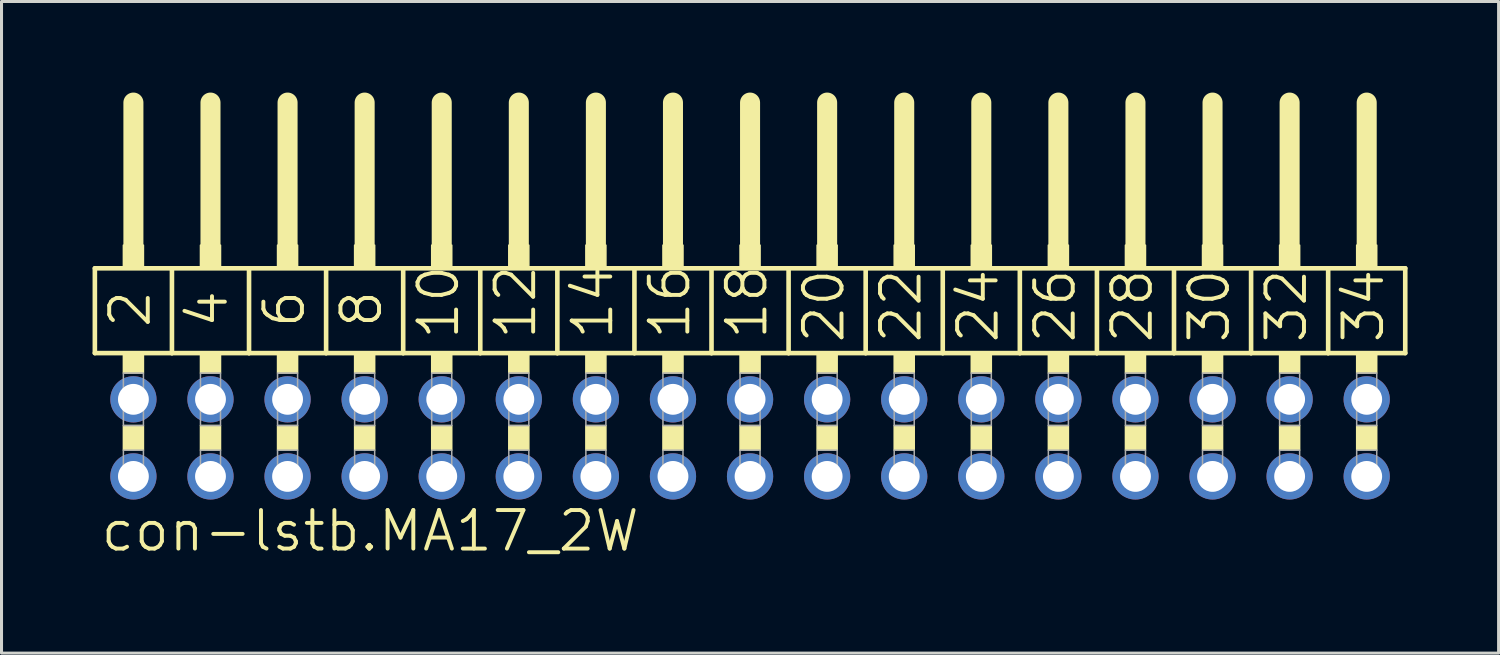
<source format=kicad_pcb>
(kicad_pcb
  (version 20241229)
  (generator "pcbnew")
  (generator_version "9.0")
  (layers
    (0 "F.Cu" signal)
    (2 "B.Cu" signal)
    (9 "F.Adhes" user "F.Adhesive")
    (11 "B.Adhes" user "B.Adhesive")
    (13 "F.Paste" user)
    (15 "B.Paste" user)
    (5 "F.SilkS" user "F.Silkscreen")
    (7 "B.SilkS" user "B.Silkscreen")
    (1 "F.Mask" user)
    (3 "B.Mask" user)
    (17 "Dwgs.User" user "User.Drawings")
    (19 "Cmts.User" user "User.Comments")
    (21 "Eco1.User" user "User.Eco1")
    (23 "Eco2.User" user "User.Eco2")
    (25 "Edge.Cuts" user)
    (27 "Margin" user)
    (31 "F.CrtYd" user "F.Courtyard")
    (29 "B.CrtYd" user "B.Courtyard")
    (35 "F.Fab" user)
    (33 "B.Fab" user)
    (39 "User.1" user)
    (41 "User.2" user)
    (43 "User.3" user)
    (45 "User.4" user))
  (footprint "con-lstb.MA17_2W"
    (layer "F.Cu")
    (at 21.666 11.379)
    (property "Reference" "con-lstb.MA17_2W" (at -21.463 3.81 0) (layer "F.SilkS") (effects (font (size 1.27 1.27) (thickness 0.13)) (justify left bottom)))
    (attr through_hole)
    (fp_line (start -21.59 -5.588) (end -19.05 -5.588) (stroke (width 0.152) (type default)) (layer "F.SilkS"))
    (fp_line (start -21.59 -2.794) (end -21.59 -5.588) (stroke (width 0.152) (type default)) (layer "F.SilkS"))
    (fp_line (start -20.32 -6.35) (end -20.32 -11.049) (stroke (width 0.66) (type default)) (layer "F.SilkS"))
    (fp_line (start -19.05 -5.588) (end -16.51 -5.588) (stroke (width 0.152) (type default)) (layer "F.SilkS"))
    (fp_line (start -19.05 -2.794) (end -21.59 -2.794) (stroke (width 0.152) (type default)) (layer "F.SilkS"))
    (fp_line (start -19.05 -2.794) (end -19.05 -5.588) (stroke (width 0.152) (type default)) (layer "F.SilkS"))
    (fp_line (start -19.05 -2.794) (end -16.51 -2.794) (stroke (width 0.152) (type default)) (layer "F.SilkS"))
    (fp_line (start -17.78 -6.35) (end -17.78 -11.049) (stroke (width 0.66) (type default)) (layer "F.SilkS"))
    (fp_line (start -16.51 -5.588) (end -13.97 -5.588) (stroke (width 0.152) (type default)) (layer "F.SilkS"))
    (fp_line (start -16.51 -2.794) (end -16.51 -5.588) (stroke (width 0.152) (type default)) (layer "F.SilkS"))
    (fp_line (start -15.24 -6.35) (end -15.24 -11.049) (stroke (width 0.66) (type default)) (layer "F.SilkS"))
    (fp_line (start -13.97 -5.588) (end -11.43 -5.588) (stroke (width 0.152) (type default)) (layer "F.SilkS"))
    (fp_line (start -13.97 -2.794) (end -16.51 -2.794) (stroke (width 0.152) (type default)) (layer "F.SilkS"))
    (fp_line (start -13.97 -2.794) (end -13.97 -5.588) (stroke (width 0.152) (type default)) (layer "F.SilkS"))
    (fp_line (start -12.7 -6.35) (end -12.7 -11.049) (stroke (width 0.66) (type default)) (layer "F.SilkS"))
    (fp_line (start -11.43 -5.588) (end -8.89 -5.588) (stroke (width 0.152) (type default)) (layer "F.SilkS"))
    (fp_line (start -11.43 -2.794) (end -13.97 -2.794) (stroke (width 0.152) (type default)) (layer "F.SilkS"))
    (fp_line (start -11.43 -2.794) (end -11.43 -5.588) (stroke (width 0.152) (type default)) (layer "F.SilkS"))
    (fp_line (start -10.16 -6.35) (end -10.16 -11.049) (stroke (width 0.66) (type default)) (layer "F.SilkS"))
    (fp_line (start -8.89 -5.588) (end -6.35 -5.588) (stroke (width 0.152) (type default)) (layer "F.SilkS"))
    (fp_line (start -8.89 -2.794) (end -11.43 -2.794) (stroke (width 0.152) (type default)) (layer "F.SilkS"))
    (fp_line (start -8.89 -2.794) (end -8.89 -5.588) (stroke (width 0.152) (type default)) (layer "F.SilkS"))
    (fp_line (start -7.62 -6.35) (end -7.62 -11.049) (stroke (width 0.66) (type default)) (layer "F.SilkS"))
    (fp_line (start -6.35 -5.588) (end -3.81 -5.588) (stroke (width 0.152) (type default)) (layer "F.SilkS"))
    (fp_line (start -6.35 -2.794) (end -8.89 -2.794) (stroke (width 0.152) (type default)) (layer "F.SilkS"))
    (fp_line (start -6.35 -2.794) (end -6.35 -5.588) (stroke (width 0.152) (type default)) (layer "F.SilkS"))
    (fp_line (start -6.35 -2.794) (end -3.81 -2.794) (stroke (width 0.152) (type default)) (layer "F.SilkS"))
    (fp_line (start -5.08 -6.35) (end -5.08 -11.049) (stroke (width 0.66) (type default)) (layer "F.SilkS"))
    (fp_line (start -3.81 -5.588) (end -1.27 -5.588) (stroke (width 0.152) (type default)) (layer "F.SilkS"))
    (fp_line (start -3.81 -2.794) (end -3.81 -5.588) (stroke (width 0.152) (type default)) (layer "F.SilkS"))
    (fp_line (start -2.54 -6.35) (end -2.54 -11.049) (stroke (width 0.66) (type default)) (layer "F.SilkS"))
    (fp_line (start -1.27 -5.588) (end 1.27 -5.588) (stroke (width 0.152) (type default)) (layer "F.SilkS"))
    (fp_line (start -1.27 -2.794) (end -3.81 -2.794) (stroke (width 0.152) (type default)) (layer "F.SilkS"))
    (fp_line (start -1.27 -2.794) (end -1.27 -5.588) (stroke (width 0.152) (type default)) (layer "F.SilkS"))
    (fp_line (start 0 -6.35) (end 0 -11.049) (stroke (width 0.66) (type default)) (layer "F.SilkS"))
    (fp_line (start 1.27 -5.588) (end 3.81 -5.588) (stroke (width 0.152) (type default)) (layer "F.SilkS"))
    (fp_line (start 1.27 -2.794) (end -1.27 -2.794) (stroke (width 0.152) (type default)) (layer "F.SilkS"))
    (fp_line (start 1.27 -2.794) (end 1.27 -5.588) (stroke (width 0.152) (type default)) (layer "F.SilkS"))
    (fp_line (start 2.54 -6.35) (end 2.54 -11.049) (stroke (width 0.66) (type default)) (layer "F.SilkS"))
    (fp_line (start 3.81 -5.588) (end 6.35 -5.588) (stroke (width 0.152) (type default)) (layer "F.SilkS"))
    (fp_line (start 3.81 -2.794) (end 1.27 -2.794) (stroke (width 0.152) (type default)) (layer "F.SilkS"))
    (fp_line (start 3.81 -2.794) (end 3.81 -5.588) (stroke (width 0.152) (type default)) (layer "F.SilkS"))
    (fp_line (start 5.08 -6.35) (end 5.08 -11.049) (stroke (width 0.66) (type default)) (layer "F.SilkS"))
    (fp_line (start 6.35 -5.588) (end 8.89 -5.588) (stroke (width 0.152) (type default)) (layer "F.SilkS"))
    (fp_line (start 6.35 -2.794) (end 3.81 -2.794) (stroke (width 0.152) (type default)) (layer "F.SilkS"))
    (fp_line (start 6.35 -2.794) (end 6.35 -5.588) (stroke (width 0.152) (type default)) (layer "F.SilkS"))
    (fp_line (start 6.35 -2.794) (end 8.89 -2.794) (stroke (width 0.152) (type default)) (layer "F.SilkS"))
    (fp_line (start 7.62 -6.35) (end 7.62 -11.049) (stroke (width 0.66) (type default)) (layer "F.SilkS"))
    (fp_line (start 8.89 -5.588) (end 11.43 -5.588) (stroke (width 0.152) (type default)) (layer "F.SilkS"))
    (fp_line (start 8.89 -2.794) (end 8.89 -5.588) (stroke (width 0.152) (type default)) (layer "F.SilkS"))
    (fp_line (start 10.16 -6.35) (end 10.16 -11.049) (stroke (width 0.66) (type default)) (layer "F.SilkS"))
    (fp_line (start 11.43 -5.588) (end 13.97 -5.588) (stroke (width 0.152) (type default)) (layer "F.SilkS"))
    (fp_line (start 11.43 -2.794) (end 8.89 -2.794) (stroke (width 0.152) (type default)) (layer "F.SilkS"))
    (fp_line (start 11.43 -2.794) (end 11.43 -5.588) (stroke (width 0.152) (type default)) (layer "F.SilkS"))
    (fp_line (start 12.7 -6.35) (end 12.7 -11.049) (stroke (width 0.66) (type default)) (layer "F.SilkS"))
    (fp_line (start 13.97 -5.588) (end 16.51 -5.588) (stroke (width 0.152) (type default)) (layer "F.SilkS"))
    (fp_line (start 13.97 -2.794) (end 11.43 -2.794) (stroke (width 0.152) (type default)) (layer "F.SilkS"))
    (fp_line (start 13.97 -2.794) (end 13.97 -5.588) (stroke (width 0.152) (type default)) (layer "F.SilkS"))
    (fp_line (start 15.24 -6.35) (end 15.24 -11.049) (stroke (width 0.66) (type default)) (layer "F.SilkS"))
    (fp_line (start 16.51 -5.588) (end 19.05 -5.588) (stroke (width 0.152) (type default)) (layer "F.SilkS"))
    (fp_line (start 16.51 -2.794) (end 13.97 -2.794) (stroke (width 0.152) (type default)) (layer "F.SilkS"))
    (fp_line (start 16.51 -2.794) (end 16.51 -5.588) (stroke (width 0.152) (type default)) (layer "F.SilkS"))
    (fp_line (start 17.78 -6.35) (end 17.78 -11.049) (stroke (width 0.66) (type default)) (layer "F.SilkS"))
    (fp_line (start 19.05 -5.588) (end 21.59 -5.588) (stroke (width 0.152) (type default)) (layer "F.SilkS"))
    (fp_line (start 19.05 -2.794) (end 16.51 -2.794) (stroke (width 0.152) (type default)) (layer "F.SilkS"))
    (fp_line (start 19.05 -2.794) (end 19.05 -5.588) (stroke (width 0.152) (type default)) (layer "F.SilkS"))
    (fp_line (start 19.05 -2.794) (end 21.59 -2.794) (stroke (width 0.152) (type default)) (layer "F.SilkS"))
    (fp_line (start 20.32 -6.35) (end 20.32 -11.049) (stroke (width 0.66) (type default)) (layer "F.SilkS"))
    (fp_line (start 21.59 -2.794) (end 21.59 -5.588) (stroke (width 0.152) (type default)) (layer "F.SilkS"))
    (fp_rect (start -20.65 -5.588) (end -19.99 -6.35) (stroke (width 0.05) (type default)) (fill yes) (layer "F.SilkS"))
    (fp_rect (start -20.65 -2.134) (end -19.99 -2.794) (stroke (width 0.05) (type default)) (fill yes) (layer "F.SilkS"))
    (fp_rect (start -20.65 0.406) (end -19.99 -0.406) (stroke (width 0.05) (type default)) (fill yes) (layer "F.SilkS"))
    (fp_rect (start -18.11 -5.588) (end -17.45 -6.35) (stroke (width 0.05) (type default)) (fill yes) (layer "F.SilkS"))
    (fp_rect (start -18.11 -2.134) (end -17.45 -2.794) (stroke (width 0.05) (type default)) (fill yes) (layer "F.SilkS"))
    (fp_rect (start -18.11 0.406) (end -17.45 -0.406) (stroke (width 0.05) (type default)) (fill yes) (layer "F.SilkS"))
    (fp_rect (start -15.57 -5.588) (end -14.91 -6.35) (stroke (width 0.05) (type default)) (fill yes) (layer "F.SilkS"))
    (fp_rect (start -15.57 -2.134) (end -14.91 -2.794) (stroke (width 0.05) (type default)) (fill yes) (layer "F.SilkS"))
    (fp_rect (start -15.57 0.406) (end -14.91 -0.406) (stroke (width 0.05) (type default)) (fill yes) (layer "F.SilkS"))
    (fp_rect (start -13.03 -5.588) (end -12.37 -6.35) (stroke (width 0.05) (type default)) (fill yes) (layer "F.SilkS"))
    (fp_rect (start -13.03 -2.134) (end -12.37 -2.794) (stroke (width 0.05) (type default)) (fill yes) (layer "F.SilkS"))
    (fp_rect (start -13.03 0.406) (end -12.37 -0.406) (stroke (width 0.05) (type default)) (fill yes) (layer "F.SilkS"))
    (fp_rect (start -10.49 -5.588) (end -9.83 -6.35) (stroke (width 0.05) (type default)) (fill yes) (layer "F.SilkS"))
    (fp_rect (start -10.49 -2.134) (end -9.83 -2.794) (stroke (width 0.05) (type default)) (fill yes) (layer "F.SilkS"))
    (fp_rect (start -10.49 0.406) (end -9.83 -0.406) (stroke (width 0.05) (type default)) (fill yes) (layer "F.SilkS"))
    (fp_rect (start -7.95 -5.588) (end -7.29 -6.35) (stroke (width 0.05) (type default)) (fill yes) (layer "F.SilkS"))
    (fp_rect (start -7.95 -2.134) (end -7.29 -2.794) (stroke (width 0.05) (type default)) (fill yes) (layer "F.SilkS"))
    (fp_rect (start -7.95 0.406) (end -7.29 -0.406) (stroke (width 0.05) (type default)) (fill yes) (layer "F.SilkS"))
    (fp_rect (start -5.41 -5.588) (end -4.75 -6.35) (stroke (width 0.05) (type default)) (fill yes) (layer "F.SilkS"))
    (fp_rect (start -5.41 -2.134) (end -4.75 -2.794) (stroke (width 0.05) (type default)) (fill yes) (layer "F.SilkS"))
    (fp_rect (start -5.41 0.406) (end -4.75 -0.406) (stroke (width 0.05) (type default)) (fill yes) (layer "F.SilkS"))
    (fp_rect (start -2.87 -5.588) (end -2.21 -6.35) (stroke (width 0.05) (type default)) (fill yes) (layer "F.SilkS"))
    (fp_rect (start -2.87 -2.134) (end -2.21 -2.794) (stroke (width 0.05) (type default)) (fill yes) (layer "F.SilkS"))
    (fp_rect (start -2.87 0.406) (end -2.21 -0.406) (stroke (width 0.05) (type default)) (fill yes) (layer "F.SilkS"))
    (fp_rect (start -0.33 -5.588) (end 0.33 -6.35) (stroke (width 0.05) (type default)) (fill yes) (layer "F.SilkS"))
    (fp_rect (start -0.33 -2.134) (end 0.33 -2.794) (stroke (width 0.05) (type default)) (fill yes) (layer "F.SilkS"))
    (fp_rect (start -0.33 0.406) (end 0.33 -0.406) (stroke (width 0.05) (type default)) (fill yes) (layer "F.SilkS"))
    (fp_rect (start 2.21 -5.588) (end 2.87 -6.35) (stroke (width 0.05) (type default)) (fill yes) (layer "F.SilkS"))
    (fp_rect (start 2.21 -2.134) (end 2.87 -2.794) (stroke (width 0.05) (type default)) (fill yes) (layer "F.SilkS"))
    (fp_rect (start 2.21 0.406) (end 2.87 -0.406) (stroke (width 0.05) (type default)) (fill yes) (layer "F.SilkS"))
    (fp_rect (start 4.75 -5.588) (end 5.41 -6.35) (stroke (width 0.05) (type default)) (fill yes) (layer "F.SilkS"))
    (fp_rect (start 4.75 -2.134) (end 5.41 -2.794) (stroke (width 0.05) (type default)) (fill yes) (layer "F.SilkS"))
    (fp_rect (start 4.75 0.406) (end 5.41 -0.406) (stroke (width 0.05) (type default)) (fill yes) (layer "F.SilkS"))
    (fp_rect (start 7.29 -5.588) (end 7.95 -6.35) (stroke (width 0.05) (type default)) (fill yes) (layer "F.SilkS"))
    (fp_rect (start 7.29 -2.134) (end 7.95 -2.794) (stroke (width 0.05) (type default)) (fill yes) (layer "F.SilkS"))
    (fp_rect (start 7.29 0.406) (end 7.95 -0.406) (stroke (width 0.05) (type default)) (fill yes) (layer "F.SilkS"))
    (fp_rect (start 9.83 -5.588) (end 10.49 -6.35) (stroke (width 0.05) (type default)) (fill yes) (layer "F.SilkS"))
    (fp_rect (start 9.83 -2.134) (end 10.49 -2.794) (stroke (width 0.05) (type default)) (fill yes) (layer "F.SilkS"))
    (fp_rect (start 9.83 0.406) (end 10.49 -0.406) (stroke (width 0.05) (type default)) (fill yes) (layer "F.SilkS"))
    (fp_rect (start 12.37 -5.588) (end 13.03 -6.35) (stroke (width 0.05) (type default)) (fill yes) (layer "F.SilkS"))
    (fp_rect (start 12.37 -2.134) (end 13.03 -2.794) (stroke (width 0.05) (type default)) (fill yes) (layer "F.SilkS"))
    (fp_rect (start 12.37 0.406) (end 13.03 -0.406) (stroke (width 0.05) (type default)) (fill yes) (layer "F.SilkS"))
    (fp_rect (start 14.91 -5.588) (end 15.57 -6.35) (stroke (width 0.05) (type default)) (fill yes) (layer "F.SilkS"))
    (fp_rect (start 14.91 -2.134) (end 15.57 -2.794) (stroke (width 0.05) (type default)) (fill yes) (layer "F.SilkS"))
    (fp_rect (start 14.91 0.406) (end 15.57 -0.406) (stroke (width 0.05) (type default)) (fill yes) (layer "F.SilkS"))
    (fp_rect (start 17.45 -5.588) (end 18.11 -6.35) (stroke (width 0.05) (type default)) (fill yes) (layer "F.SilkS"))
    (fp_rect (start 17.45 -2.134) (end 18.11 -2.794) (stroke (width 0.05) (type default)) (fill yes) (layer "F.SilkS"))
    (fp_rect (start 17.45 0.406) (end 18.11 -0.406) (stroke (width 0.05) (type default)) (fill yes) (layer "F.SilkS"))
    (fp_rect (start 19.99 -5.588) (end 20.65 -6.35) (stroke (width 0.05) (type default)) (fill yes) (layer "F.SilkS"))
    (fp_rect (start 19.99 -2.134) (end 20.65 -2.794) (stroke (width 0.05) (type default)) (fill yes) (layer "F.SilkS"))
    (fp_rect (start 19.99 0.406) (end 20.65 -0.406) (stroke (width 0.05) (type default)) (fill yes) (layer "F.SilkS"))
    (fp_rect (start -20.65 -0.406) (end -19.99 -2.134) (stroke (width 0.05) (type default)) (fill no) (layer "F.Fab"))
    (fp_rect (start -20.65 1.575) (end -19.99 0.406) (stroke (width 0.05) (type default)) (fill no) (layer "F.Fab"))
    (fp_rect (start -18.11 -0.406) (end -17.45 -2.134) (stroke (width 0.05) (type default)) (fill no) (layer "F.Fab"))
    (fp_rect (start -18.11 1.575) (end -17.45 0.406) (stroke (width 0.05) (type default)) (fill no) (layer "F.Fab"))
    (fp_rect (start -15.57 -0.406) (end -14.91 -2.134) (stroke (width 0.05) (type default)) (fill no) (layer "F.Fab"))
    (fp_rect (start -15.57 1.575) (end -14.91 0.406) (stroke (width 0.05) (type default)) (fill no) (layer "F.Fab"))
    (fp_rect (start -13.03 -0.406) (end -12.37 -2.134) (stroke (width 0.05) (type default)) (fill no) (layer "F.Fab"))
    (fp_rect (start -13.03 1.575) (end -12.37 0.406) (stroke (width 0.05) (type default)) (fill no) (layer "F.Fab"))
    (fp_rect (start -10.49 -0.406) (end -9.83 -2.134) (stroke (width 0.05) (type default)) (fill no) (layer "F.Fab"))
    (fp_rect (start -10.49 1.575) (end -9.83 0.406) (stroke (width 0.05) (type default)) (fill no) (layer "F.Fab"))
    (fp_rect (start -7.95 -0.406) (end -7.29 -2.134) (stroke (width 0.05) (type default)) (fill no) (layer "F.Fab"))
    (fp_rect (start -7.95 1.575) (end -7.29 0.406) (stroke (width 0.05) (type default)) (fill no) (layer "F.Fab"))
    (fp_rect (start -5.41 -0.406) (end -4.75 -2.134) (stroke (width 0.05) (type default)) (fill no) (layer "F.Fab"))
    (fp_rect (start -5.41 1.575) (end -4.75 0.406) (stroke (width 0.05) (type default)) (fill no) (layer "F.Fab"))
    (fp_rect (start -2.87 -0.406) (end -2.21 -2.134) (stroke (width 0.05) (type default)) (fill no) (layer "F.Fab"))
    (fp_rect (start -2.87 1.575) (end -2.21 0.406) (stroke (width 0.05) (type default)) (fill no) (layer "F.Fab"))
    (fp_rect (start -0.33 -0.406) (end 0.33 -2.134) (stroke (width 0.05) (type default)) (fill no) (layer "F.Fab"))
    (fp_rect (start -0.33 1.575) (end 0.33 0.406) (stroke (width 0.05) (type default)) (fill no) (layer "F.Fab"))
    (fp_rect (start 2.21 -0.406) (end 2.87 -2.134) (stroke (width 0.05) (type default)) (fill no) (layer "F.Fab"))
    (fp_rect (start 2.21 1.575) (end 2.87 0.406) (stroke (width 0.05) (type default)) (fill no) (layer "F.Fab"))
    (fp_rect (start 4.75 -0.406) (end 5.41 -2.134) (stroke (width 0.05) (type default)) (fill no) (layer "F.Fab"))
    (fp_rect (start 4.75 1.575) (end 5.41 0.406) (stroke (width 0.05) (type default)) (fill no) (layer "F.Fab"))
    (fp_rect (start 7.29 -0.406) (end 7.95 -2.134) (stroke (width 0.05) (type default)) (fill no) (layer "F.Fab"))
    (fp_rect (start 7.29 1.575) (end 7.95 0.406) (stroke (width 0.05) (type default)) (fill no) (layer "F.Fab"))
    (fp_rect (start 9.83 -0.406) (end 10.49 -2.134) (stroke (width 0.05) (type default)) (fill no) (layer "F.Fab"))
    (fp_rect (start 9.83 1.575) (end 10.49 0.406) (stroke (width 0.05) (type default)) (fill no) (layer "F.Fab"))
    (fp_rect (start 12.37 -0.406) (end 13.03 -2.134) (stroke (width 0.05) (type default)) (fill no) (layer "F.Fab"))
    (fp_rect (start 12.37 1.575) (end 13.03 0.406) (stroke (width 0.05) (type default)) (fill no) (layer "F.Fab"))
    (fp_rect (start 14.91 -0.406) (end 15.57 -2.134) (stroke (width 0.05) (type default)) (fill no) (layer "F.Fab"))
    (fp_rect (start 14.91 1.575) (end 15.57 0.406) (stroke (width 0.05) (type default)) (fill no) (layer "F.Fab"))
    (fp_rect (start 17.45 -0.406) (end 18.11 -2.134) (stroke (width 0.05) (type default)) (fill no) (layer "F.Fab"))
    (fp_rect (start 17.45 1.575) (end 18.11 0.406) (stroke (width 0.05) (type default)) (fill no) (layer "F.Fab"))
    (fp_rect (start 19.99 -0.406) (end 20.65 -2.134) (stroke (width 0.05) (type default)) (fill no) (layer "F.Fab"))
    (fp_rect (start 19.99 1.575) (end 20.65 0.406) (stroke (width 0.05) (type default)) (fill no) (layer "F.Fab"))
    (fp_text user "14" (at -4.445 -3.175 90) (layer "F.SilkS") (effects (font (size 1.27 1.27) (thickness 0.13)) (justify left bottom)))
    (fp_text user "6" (at -14.605 -3.556 90) (layer "F.SilkS") (effects (font (size 1.27 1.27) (thickness 0.13)) (justify left bottom)))
    (fp_text user "32" (at 18.415 -3.048 90) (layer "F.SilkS") (effects (font (size 1.27 1.27) (thickness 0.13)) (justify left bottom)))
    (fp_text user "34" (at 20.955 -3.048 90) (layer "F.SilkS") (effects (font (size 1.27 1.27) (thickness 0.13)) (justify left bottom)))
    (fp_text user "16" (at -1.905 -3.175 90) (layer "F.SilkS") (effects (font (size 1.27 1.27) (thickness 0.13)) (justify left bottom)))
    (fp_text user "18" (at 0.635 -3.175 90) (layer "F.SilkS") (effects (font (size 1.27 1.27) (thickness 0.13)) (justify left bottom)))
    (fp_text user "4" (at -17.145 -3.556 90) (layer "F.SilkS") (effects (font (size 1.27 1.27) (thickness 0.13)) (justify left bottom)))
    (fp_text user "10" (at -9.525 -3.175 90) (layer "F.SilkS") (effects (font (size 1.27 1.27) (thickness 0.13)) (justify left bottom)))
    (fp_text user "24" (at 8.255 -3.048 90) (layer "F.SilkS") (effects (font (size 1.27 1.27) (thickness 0.13)) (justify left bottom)))
    (fp_text user "26" (at 10.795 -3.048 90) (layer "F.SilkS") (effects (font (size 1.27 1.27) (thickness 0.13)) (justify left bottom)))
    (fp_text user "22" (at 5.715 -3.048 90) (layer "F.SilkS") (effects (font (size 1.27 1.27) (thickness 0.13)) (justify left bottom)))
    (fp_text user "30" (at 15.875 -3.048 90) (layer "F.SilkS") (effects (font (size 1.27 1.27) (thickness 0.13)) (justify left bottom)))
    (fp_text user "2" (at -19.685 -3.556 90) (layer "F.SilkS") (effects (font (size 1.27 1.27) (thickness 0.13)) (justify left bottom)))
    (fp_text user "12" (at -6.985 -3.175 90) (layer "F.SilkS") (effects (font (size 1.27 1.27) (thickness 0.13)) (justify left bottom)))
    (fp_text user "20" (at 3.175 -3.048 90) (layer "F.SilkS") (effects (font (size 1.27 1.27) (thickness 0.13)) (justify left bottom)))
    (fp_text user "28" (at 13.335 -3.048 90) (layer "F.SilkS") (effects (font (size 1.27 1.27) (thickness 0.13)) (justify left bottom)))
    (fp_text user "8" (at -12.065 -3.556 90) (layer "F.SilkS") (effects (font (size 1.27 1.27) (thickness 0.13)) (justify left bottom)))
    (pad "1" thru_hole circle (at -20.32 1.27) (size 1.524 1.524) (drill 1.016) (layers "*.Cu" "*.Mask"))
    (pad "2" thru_hole circle (at -20.32 -1.27) (size 1.524 1.524) (drill 1.016) (layers "*.Cu" "*.Mask"))
    (pad "3" thru_hole circle (at -17.78 1.27) (size 1.524 1.524) (drill 1.016) (layers "*.Cu" "*.Mask"))
    (pad "4" thru_hole circle (at -17.78 -1.27) (size 1.524 1.524) (drill 1.016) (layers "*.Cu" "*.Mask"))
    (pad "5" thru_hole circle (at -15.24 1.27) (size 1.524 1.524) (drill 1.016) (layers "*.Cu" "*.Mask"))
    (pad "6" thru_hole circle (at -15.24 -1.27) (size 1.524 1.524) (drill 1.016) (layers "*.Cu" "*.Mask"))
    (pad "7" thru_hole circle (at -12.7 1.27) (size 1.524 1.524) (drill 1.016) (layers "*.Cu" "*.Mask"))
    (pad "8" thru_hole circle (at -12.7 -1.27) (size 1.524 1.524) (drill 1.016) (layers "*.Cu" "*.Mask"))
    (pad "9" thru_hole circle (at -10.16 1.27) (size 1.524 1.524) (drill 1.016) (layers "*.Cu" "*.Mask"))
    (pad "10" thru_hole circle (at -10.16 -1.27) (size 1.524 1.524) (drill 1.016) (layers "*.Cu" "*.Mask"))
    (pad "11" thru_hole circle (at -7.62 1.27) (size 1.524 1.524) (drill 1.016) (layers "*.Cu" "*.Mask"))
    (pad "12" thru_hole circle (at -7.62 -1.27) (size 1.524 1.524) (drill 1.016) (layers "*.Cu" "*.Mask"))
    (pad "13" thru_hole circle (at -5.08 1.27) (size 1.524 1.524) (drill 1.016) (layers "*.Cu" "*.Mask"))
    (pad "14" thru_hole circle (at -5.08 -1.27) (size 1.524 1.524) (drill 1.016) (layers "*.Cu" "*.Mask"))
    (pad "15" thru_hole circle (at -2.54 1.27) (size 1.524 1.524) (drill 1.016) (layers "*.Cu" "*.Mask"))
    (pad "16" thru_hole circle (at -2.54 -1.27) (size 1.524 1.524) (drill 1.016) (layers "*.Cu" "*.Mask"))
    (pad "17" thru_hole circle (at 0 1.27) (size 1.524 1.524) (drill 1.016) (layers "*.Cu" "*.Mask"))
    (pad "18" thru_hole circle (at 0 -1.27) (size 1.524 1.524) (drill 1.016) (layers "*.Cu" "*.Mask"))
    (pad "19" thru_hole circle (at 2.54 1.27) (size 1.524 1.524) (drill 1.016) (layers "*.Cu" "*.Mask"))
    (pad "20" thru_hole circle (at 2.54 -1.27) (size 1.524 1.524) (drill 1.016) (layers "*.Cu" "*.Mask"))
    (pad "21" thru_hole circle (at 5.08 1.27) (size 1.524 1.524) (drill 1.016) (layers "*.Cu" "*.Mask"))
    (pad "22" thru_hole circle (at 5.08 -1.27) (size 1.524 1.524) (drill 1.016) (layers "*.Cu" "*.Mask"))
    (pad "23" thru_hole circle (at 7.62 1.27) (size 1.524 1.524) (drill 1.016) (layers "*.Cu" "*.Mask"))
    (pad "24" thru_hole circle (at 7.62 -1.27) (size 1.524 1.524) (drill 1.016) (layers "*.Cu" "*.Mask"))
    (pad "25" thru_hole circle (at 10.16 1.27) (size 1.524 1.524) (drill 1.016) (layers "*.Cu" "*.Mask"))
    (pad "26" thru_hole circle (at 10.16 -1.27) (size 1.524 1.524) (drill 1.016) (layers "*.Cu" "*.Mask"))
    (pad "27" thru_hole circle (at 12.7 1.27) (size 1.524 1.524) (drill 1.016) (layers "*.Cu" "*.Mask"))
    (pad "28" thru_hole circle (at 12.7 -1.27) (size 1.524 1.524) (drill 1.016) (layers "*.Cu" "*.Mask"))
    (pad "29" thru_hole circle (at 15.24 1.27) (size 1.524 1.524) (drill 1.016) (layers "*.Cu" "*.Mask"))
    (pad "30" thru_hole circle (at 15.24 -1.27) (size 1.524 1.524) (drill 1.016) (layers "*.Cu" "*.Mask"))
    (pad "31" thru_hole circle (at 17.78 1.27) (size 1.524 1.524) (drill 1.016) (layers "*.Cu" "*.Mask"))
    (pad "32" thru_hole circle (at 17.78 -1.27) (size 1.524 1.524) (drill 1.016) (layers "*.Cu" "*.Mask"))
    (pad "33" thru_hole circle (at 20.32 1.27) (size 1.524 1.524) (drill 1.016) (layers "*.Cu" "*.Mask"))
    (pad "34" thru_hole circle (at 20.32 -1.27) (size 1.524 1.524) (drill 1.016) (layers "*.Cu" "*.Mask")))
  (gr_rect
    (start -3 -3)
    (end 46.332 18.471)
    (stroke (width 0.1) (type default))
    (fill no)
    (layer "Edge.Cuts")))
</source>
